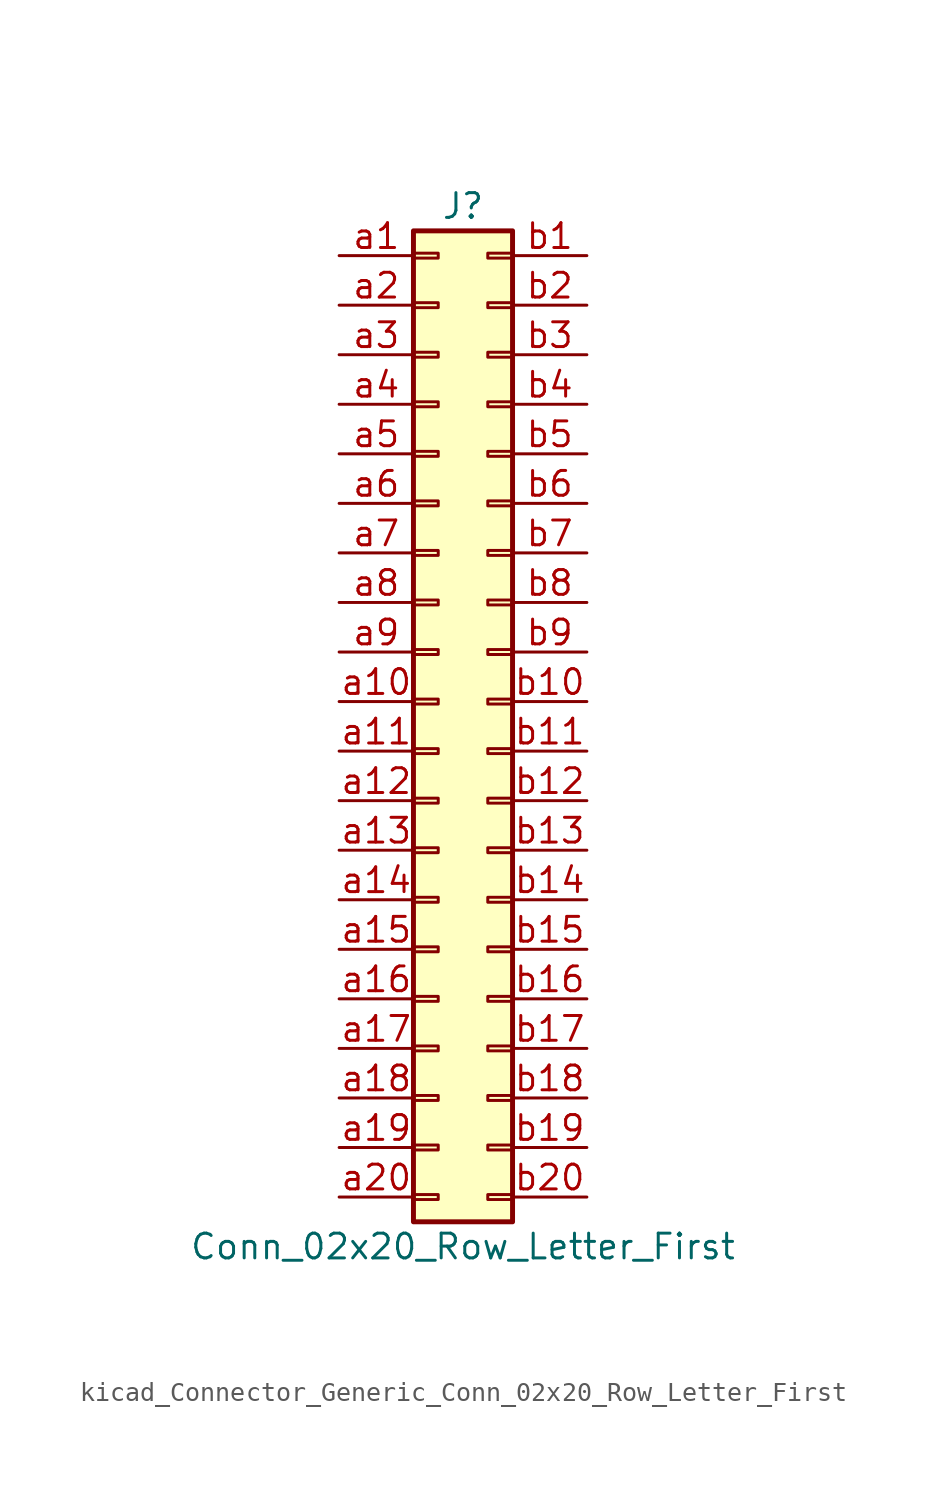
<source format=kicad_sym>
(kicad_symbol_lib
  (version 20220914)
  (generator kicad_symbol_editor)
  (symbol "kicad_Connector_Generic_Conn_02x20_Row_Letter_First"
    (pin_names
      (offset 1.016) hide)
    (property "Reference" "J"
      (at 1.27 25.4 0)
      (effects (font (size 1.27 1.27))))
    (property "Value" "Conn_02x20_Row_Letter_First"
      (at 1.27 -27.94 0)
      (effects (font (size 1.27 1.27))))
    (symbol "kicad_Connector_Generic_Conn_02x20_Row_Letter_First_1_1"
      (rectangle (start -1.27 -25.273) (end 0 -25.527) (stroke (width 0.152) (type default)) (fill (type none)))
      (rectangle (start -1.27 -22.733) (end 0 -22.987) (stroke (width 0.152) (type default)) (fill (type none)))
      (rectangle (start -1.27 -20.193) (end 0 -20.447) (stroke (width 0.152) (type default)) (fill (type none)))
      (rectangle (start -1.27 -17.653) (end 0 -17.907) (stroke (width 0.152) (type default)) (fill (type none)))
      (rectangle (start -1.27 -15.113) (end 0 -15.367) (stroke (width 0.152) (type default)) (fill (type none)))
      (rectangle (start -1.27 -12.573) (end 0 -12.827) (stroke (width 0.152) (type default)) (fill (type none)))
      (rectangle (start -1.27 -10.033) (end 0 -10.287) (stroke (width 0.152) (type default)) (fill (type none)))
      (rectangle (start -1.27 -7.493) (end 0 -7.747) (stroke (width 0.152) (type default)) (fill (type none)))
      (rectangle (start -1.27 -4.953) (end 0 -5.207) (stroke (width 0.152) (type default)) (fill (type none)))
      (rectangle (start -1.27 -2.413) (end 0 -2.667) (stroke (width 0.152) (type default)) (fill (type none)))
      (rectangle (start -1.27 0.127) (end 0 -0.127) (stroke (width 0.152) (type default)) (fill (type none)))
      (rectangle (start -1.27 2.667) (end 0 2.413) (stroke (width 0.152) (type default)) (fill (type none)))
      (rectangle (start -1.27 5.207) (end 0 4.953) (stroke (width 0.152) (type default)) (fill (type none)))
      (rectangle (start -1.27 7.747) (end 0 7.493) (stroke (width 0.152) (type default)) (fill (type none)))
      (rectangle (start -1.27 10.287) (end 0 10.033) (stroke (width 0.152) (type default)) (fill (type none)))
      (rectangle (start -1.27 12.827) (end 0 12.573) (stroke (width 0.152) (type default)) (fill (type none)))
      (rectangle (start -1.27 15.367) (end 0 15.113) (stroke (width 0.152) (type default)) (fill (type none)))
      (rectangle (start -1.27 17.907) (end 0 17.653) (stroke (width 0.152) (type default)) (fill (type none)))
      (rectangle (start -1.27 20.447) (end 0 20.193) (stroke (width 0.152) (type default)) (fill (type none)))
      (rectangle (start -1.27 22.987) (end 0 22.733) (stroke (width 0.152) (type default)) (fill (type none)))
      (rectangle (start -1.27 24.13) (end 3.81 -26.67) (stroke (width 0.254) (type default)) (fill (type background)))
      (rectangle (start 3.81 -25.273) (end 2.54 -25.527) (stroke (width 0.152) (type default)) (fill (type none)))
      (rectangle (start 3.81 -22.733) (end 2.54 -22.987) (stroke (width 0.152) (type default)) (fill (type none)))
      (rectangle (start 3.81 -20.193) (end 2.54 -20.447) (stroke (width 0.152) (type default)) (fill (type none)))
      (rectangle (start 3.81 -17.653) (end 2.54 -17.907) (stroke (width 0.152) (type default)) (fill (type none)))
      (rectangle (start 3.81 -15.113) (end 2.54 -15.367) (stroke (width 0.152) (type default)) (fill (type none)))
      (rectangle (start 3.81 -12.573) (end 2.54 -12.827) (stroke (width 0.152) (type default)) (fill (type none)))
      (rectangle (start 3.81 -10.033) (end 2.54 -10.287) (stroke (width 0.152) (type default)) (fill (type none)))
      (rectangle (start 3.81 -7.493) (end 2.54 -7.747) (stroke (width 0.152) (type default)) (fill (type none)))
      (rectangle (start 3.81 -4.953) (end 2.54 -5.207) (stroke (width 0.152) (type default)) (fill (type none)))
      (rectangle (start 3.81 -2.413) (end 2.54 -2.667) (stroke (width 0.152) (type default)) (fill (type none)))
      (rectangle (start 3.81 0.127) (end 2.54 -0.127) (stroke (width 0.152) (type default)) (fill (type none)))
      (rectangle (start 3.81 2.667) (end 2.54 2.413) (stroke (width 0.152) (type default)) (fill (type none)))
      (rectangle (start 3.81 5.207) (end 2.54 4.953) (stroke (width 0.152) (type default)) (fill (type none)))
      (rectangle (start 3.81 7.747) (end 2.54 7.493) (stroke (width 0.152) (type default)) (fill (type none)))
      (rectangle (start 3.81 10.287) (end 2.54 10.033) (stroke (width 0.152) (type default)) (fill (type none)))
      (rectangle (start 3.81 12.827) (end 2.54 12.573) (stroke (width 0.152) (type default)) (fill (type none)))
      (rectangle (start 3.81 15.367) (end 2.54 15.113) (stroke (width 0.152) (type default)) (fill (type none)))
      (rectangle (start 3.81 17.907) (end 2.54 17.653) (stroke (width 0.152) (type default)) (fill (type none)))
      (rectangle (start 3.81 20.447) (end 2.54 20.193) (stroke (width 0.152) (type default)) (fill (type none)))
      (rectangle (start 3.81 22.987) (end 2.54 22.733) (stroke (width 0.152) (type default)) (fill (type none)))
      (pin passive line (at -5.08 22.86 0) (length 3.81) (name "Pin_a1" (effects (font (size 1.27 1.27)))) (number "a1" (effects (font (size 1.27 1.27)))))
      (pin passive line (at -5.08 0 0) (length 3.81) (name "Pin_a10" (effects (font (size 1.27 1.27)))) (number "a10" (effects (font (size 1.27 1.27)))))
      (pin passive line (at -5.08 -2.54 0) (length 3.81) (name "Pin_a11" (effects (font (size 1.27 1.27)))) (number "a11" (effects (font (size 1.27 1.27)))))
      (pin passive line (at -5.08 -5.08 0) (length 3.81) (name "Pin_a12" (effects (font (size 1.27 1.27)))) (number "a12" (effects (font (size 1.27 1.27)))))
      (pin passive line (at -5.08 -7.62 0) (length 3.81) (name "Pin_a13" (effects (font (size 1.27 1.27)))) (number "a13" (effects (font (size 1.27 1.27)))))
      (pin passive line (at -5.08 -10.16 0) (length 3.81) (name "Pin_a14" (effects (font (size 1.27 1.27)))) (number "a14" (effects (font (size 1.27 1.27)))))
      (pin passive line (at -5.08 -12.7 0) (length 3.81) (name "Pin_a15" (effects (font (size 1.27 1.27)))) (number "a15" (effects (font (size 1.27 1.27)))))
      (pin passive line (at -5.08 -15.24 0) (length 3.81) (name "Pin_a16" (effects (font (size 1.27 1.27)))) (number "a16" (effects (font (size 1.27 1.27)))))
      (pin passive line (at -5.08 -17.78 0) (length 3.81) (name "Pin_a17" (effects (font (size 1.27 1.27)))) (number "a17" (effects (font (size 1.27 1.27)))))
      (pin passive line (at -5.08 -20.32 0) (length 3.81) (name "Pin_a18" (effects (font (size 1.27 1.27)))) (number "a18" (effects (font (size 1.27 1.27)))))
      (pin passive line (at -5.08 -22.86 0) (length 3.81) (name "Pin_a19" (effects (font (size 1.27 1.27)))) (number "a19" (effects (font (size 1.27 1.27)))))
      (pin passive line (at -5.08 20.32 0) (length 3.81) (name "Pin_a2" (effects (font (size 1.27 1.27)))) (number "a2" (effects (font (size 1.27 1.27)))))
      (pin passive line (at -5.08 -25.4 0) (length 3.81) (name "Pin_a20" (effects (font (size 1.27 1.27)))) (number "a20" (effects (font (size 1.27 1.27)))))
      (pin passive line (at -5.08 17.78 0) (length 3.81) (name "Pin_a3" (effects (font (size 1.27 1.27)))) (number "a3" (effects (font (size 1.27 1.27)))))
      (pin passive line (at -5.08 15.24 0) (length 3.81) (name "Pin_a4" (effects (font (size 1.27 1.27)))) (number "a4" (effects (font (size 1.27 1.27)))))
      (pin passive line (at -5.08 12.7 0) (length 3.81) (name "Pin_a5" (effects (font (size 1.27 1.27)))) (number "a5" (effects (font (size 1.27 1.27)))))
      (pin passive line (at -5.08 10.16 0) (length 3.81) (name "Pin_a6" (effects (font (size 1.27 1.27)))) (number "a6" (effects (font (size 1.27 1.27)))))
      (pin passive line (at -5.08 7.62 0) (length 3.81) (name "Pin_a7" (effects (font (size 1.27 1.27)))) (number "a7" (effects (font (size 1.27 1.27)))))
      (pin passive line (at -5.08 5.08 0) (length 3.81) (name "Pin_a8" (effects (font (size 1.27 1.27)))) (number "a8" (effects (font (size 1.27 1.27)))))
      (pin passive line (at -5.08 2.54 0) (length 3.81) (name "Pin_a9" (effects (font (size 1.27 1.27)))) (number "a9" (effects (font (size 1.27 1.27)))))
      (pin passive line (at 7.62 22.86 180) (length 3.81) (name "Pin_b1" (effects (font (size 1.27 1.27)))) (number "b1" (effects (font (size 1.27 1.27)))))
      (pin passive line (at 7.62 0 180) (length 3.81) (name "Pin_b10" (effects (font (size 1.27 1.27)))) (number "b10" (effects (font (size 1.27 1.27)))))
      (pin passive line (at 7.62 -2.54 180) (length 3.81) (name "Pin_b11" (effects (font (size 1.27 1.27)))) (number "b11" (effects (font (size 1.27 1.27)))))
      (pin passive line (at 7.62 -5.08 180) (length 3.81) (name "Pin_b12" (effects (font (size 1.27 1.27)))) (number "b12" (effects (font (size 1.27 1.27)))))
      (pin passive line (at 7.62 -7.62 180) (length 3.81) (name "Pin_b13" (effects (font (size 1.27 1.27)))) (number "b13" (effects (font (size 1.27 1.27)))))
      (pin passive line (at 7.62 -10.16 180) (length 3.81) (name "Pin_b14" (effects (font (size 1.27 1.27)))) (number "b14" (effects (font (size 1.27 1.27)))))
      (pin passive line (at 7.62 -12.7 180) (length 3.81) (name "Pin_b15" (effects (font (size 1.27 1.27)))) (number "b15" (effects (font (size 1.27 1.27)))))
      (pin passive line (at 7.62 -15.24 180) (length 3.81) (name "Pin_b16" (effects (font (size 1.27 1.27)))) (number "b16" (effects (font (size 1.27 1.27)))))
      (pin passive line (at 7.62 -17.78 180) (length 3.81) (name "Pin_b17" (effects (font (size 1.27 1.27)))) (number "b17" (effects (font (size 1.27 1.27)))))
      (pin passive line (at 7.62 -20.32 180) (length 3.81) (name "Pin_b18" (effects (font (size 1.27 1.27)))) (number "b18" (effects (font (size 1.27 1.27)))))
      (pin passive line (at 7.62 -22.86 180) (length 3.81) (name "Pin_b19" (effects (font (size 1.27 1.27)))) (number "b19" (effects (font (size 1.27 1.27)))))
      (pin passive line (at 7.62 20.32 180) (length 3.81) (name "Pin_b2" (effects (font (size 1.27 1.27)))) (number "b2" (effects (font (size 1.27 1.27)))))
      (pin passive line (at 7.62 -25.4 180) (length 3.81) (name "Pin_b20" (effects (font (size 1.27 1.27)))) (number "b20" (effects (font (size 1.27 1.27)))))
      (pin passive line (at 7.62 17.78 180) (length 3.81) (name "Pin_b3" (effects (font (size 1.27 1.27)))) (number "b3" (effects (font (size 1.27 1.27)))))
      (pin passive line (at 7.62 15.24 180) (length 3.81) (name "Pin_b4" (effects (font (size 1.27 1.27)))) (number "b4" (effects (font (size 1.27 1.27)))))
      (pin passive line (at 7.62 12.7 180) (length 3.81) (name "Pin_b5" (effects (font (size 1.27 1.27)))) (number "b5" (effects (font (size 1.27 1.27)))))
      (pin passive line (at 7.62 10.16 180) (length 3.81) (name "Pin_b6" (effects (font (size 1.27 1.27)))) (number "b6" (effects (font (size 1.27 1.27)))))
      (pin passive line (at 7.62 7.62 180) (length 3.81) (name "Pin_b7" (effects (font (size 1.27 1.27)))) (number "b7" (effects (font (size 1.27 1.27)))))
      (pin passive line (at 7.62 5.08 180) (length 3.81) (name "Pin_b8" (effects (font (size 1.27 1.27)))) (number "b8" (effects (font (size 1.27 1.27)))))
      (pin passive line (at 7.62 2.54 180) (length 3.81) (name "Pin_b9" (effects (font (size 1.27 1.27)))) (number "b9" (effects (font (size 1.27 1.27))))))))
</source>
